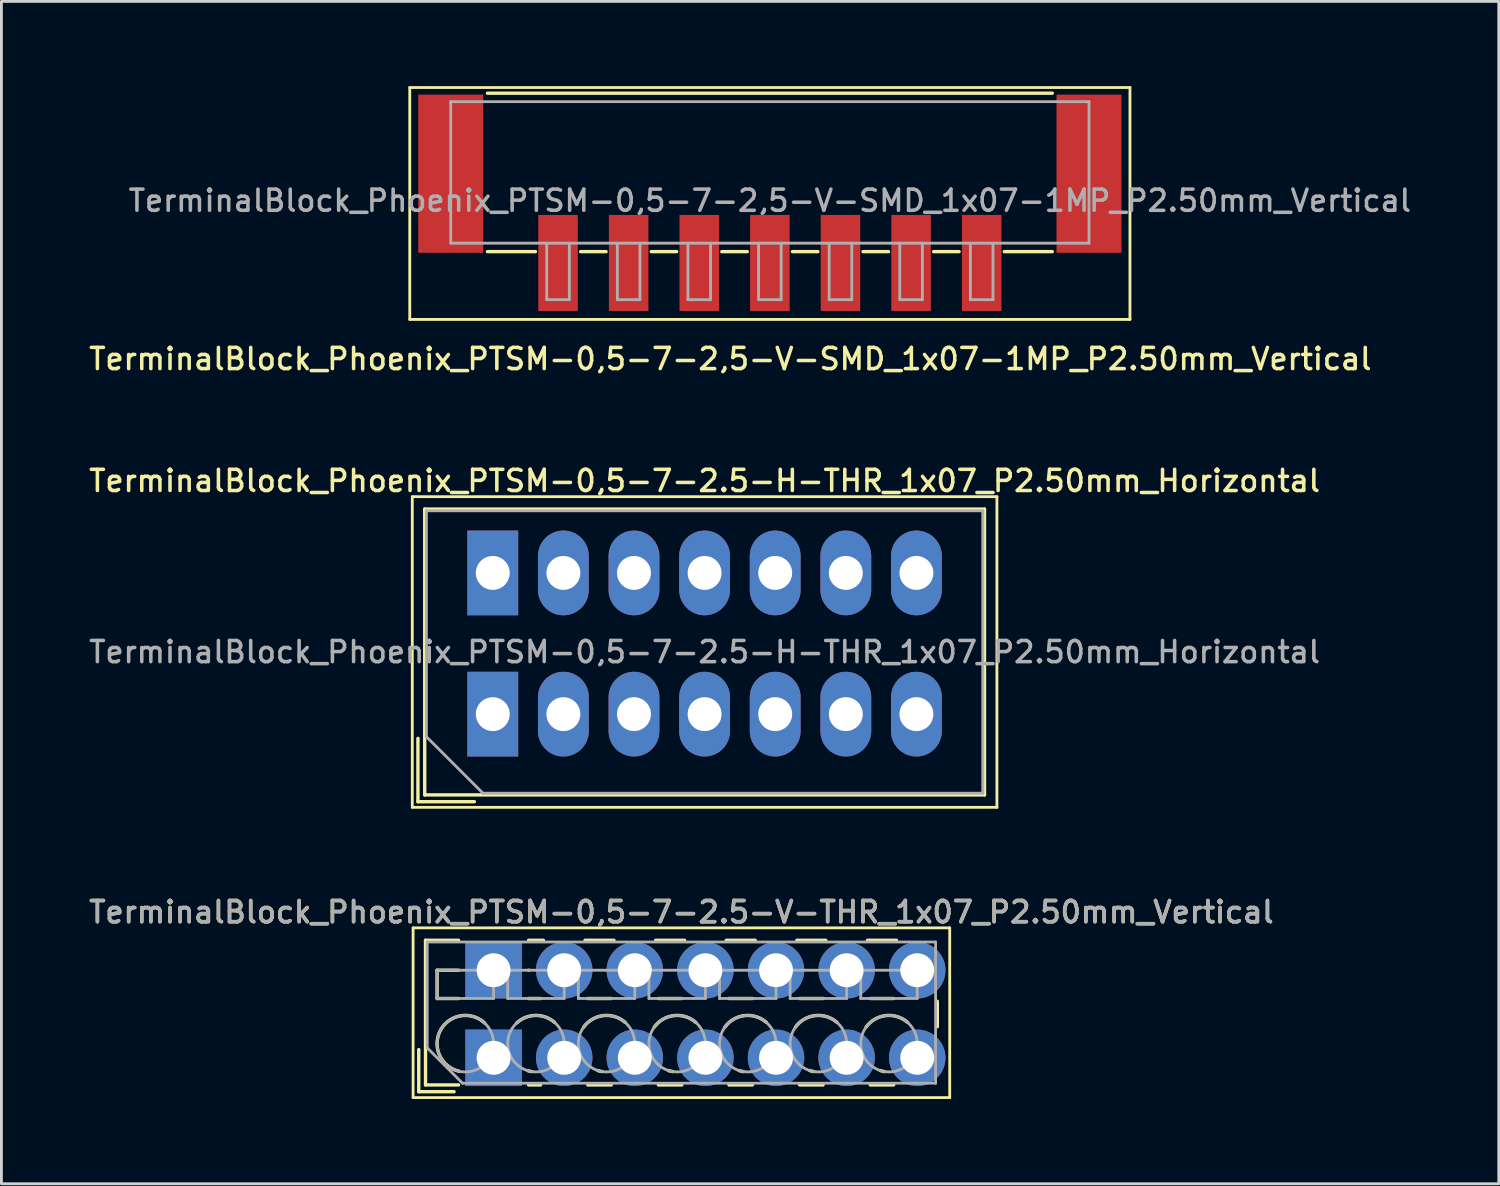
<source format=kicad_pcb>
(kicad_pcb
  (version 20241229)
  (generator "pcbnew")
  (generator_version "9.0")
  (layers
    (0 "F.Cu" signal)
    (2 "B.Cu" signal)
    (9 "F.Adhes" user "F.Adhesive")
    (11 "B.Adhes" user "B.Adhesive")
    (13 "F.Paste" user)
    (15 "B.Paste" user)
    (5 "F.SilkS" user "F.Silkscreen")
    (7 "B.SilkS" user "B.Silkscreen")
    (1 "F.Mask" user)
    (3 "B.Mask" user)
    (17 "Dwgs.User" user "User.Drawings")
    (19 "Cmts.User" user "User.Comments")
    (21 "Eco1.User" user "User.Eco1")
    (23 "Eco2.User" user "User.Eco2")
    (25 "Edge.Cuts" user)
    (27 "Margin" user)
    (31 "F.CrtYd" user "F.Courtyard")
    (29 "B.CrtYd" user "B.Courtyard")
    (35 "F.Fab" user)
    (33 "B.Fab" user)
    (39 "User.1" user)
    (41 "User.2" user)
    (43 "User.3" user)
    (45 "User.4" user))
  (footprint "TerminalBlock_Phoenix_PTSM-0,5-7-2.5-H-THR_1x07_P2.50mm_Horizontal"
    (layer "F.Cu")
    (at 14.398 22.236)
    (property "Reference" "TerminalBlock_Phoenix_PTSM-0,5-7-2.5-H-THR_1x07_P2.50mm_Horizontal" (at 7.5 -8.26 0) (layer "F.SilkS") (effects (font (size 0.75 0.75) (thickness 0.125))))
    (attr through_hole)
    (fp_line (start -2.85 -7.7) (end -2.85 3.3) (stroke (width 0.1) (type solid)) (layer "F.SilkS"))
    (fp_line (start -2.85 3.3) (end 17.85 3.3) (stroke (width 0.1) (type solid)) (layer "F.SilkS"))
    (fp_line (start -2.65 0.86) (end -2.65 3.1) (stroke (width 0.12) (type solid)) (layer "F.SilkS"))
    (fp_line (start -2.65 3.1) (end -0.65 3.1) (stroke (width 0.12) (type solid)) (layer "F.SilkS"))
    (fp_line (start -2.41 -7.26) (end -2.41 2.86) (stroke (width 0.12) (type solid)) (layer "F.SilkS"))
    (fp_line (start -2.41 -7.26) (end 17.41 -7.26) (stroke (width 0.12) (type solid)) (layer "F.SilkS"))
    (fp_line (start -2.41 2.86) (end 17.41 2.86) (stroke (width 0.12) (type solid)) (layer "F.SilkS"))
    (fp_line (start 17.41 -7.26) (end 17.41 2.86) (stroke (width 0.12) (type solid)) (layer "F.SilkS"))
    (fp_line (start 17.85 -7.7) (end -2.85 -7.7) (stroke (width 0.1) (type solid)) (layer "F.SilkS"))
    (fp_line (start 17.85 3.3) (end 17.85 -7.7) (stroke (width 0.1) (type solid)) (layer "F.SilkS"))
    (fp_line (start -2.35 -7.2) (end 17.35 -7.2) (stroke (width 0.1) (type solid)) (layer "F.Fab"))
    (fp_line (start -2.35 0.8) (end -2.35 -7.2) (stroke (width 0.1) (type solid)) (layer "F.Fab"))
    (fp_line (start -0.35 2.8) (end -2.35 0.8) (stroke (width 0.1) (type solid)) (layer "F.Fab"))
    (fp_line (start 17.35 -7.2) (end 17.35 2.8) (stroke (width 0.1) (type solid)) (layer "F.Fab"))
    (fp_line (start 17.35 2.8) (end -0.35 2.8) (stroke (width 0.1) (type solid)) (layer "F.Fab"))
    (fp_text user "${REFERENCE}" (at 7.5 -2.2 0) (layer "F.Fab") (effects (font (size 0.75 0.75) (thickness 0.125))))
    (pad "1" thru_hole rect (at 0 -5) (size 1.8 3) (drill 1.2) (layers "*.Cu" "*.Mask"))
    (pad "1" thru_hole rect (at 0 0) (size 1.8 3) (drill 1.2) (layers "*.Cu" "*.Mask"))
    (pad "2" thru_hole oval (at 2.5 -5) (size 1.8 3) (drill 1.2) (layers "*.Cu" "*.Mask"))
    (pad "2" thru_hole oval (at 2.5 0) (size 1.8 3) (drill 1.2) (layers "*.Cu" "*.Mask"))
    (pad "3" thru_hole oval (at 5 -5) (size 1.8 3) (drill 1.2) (layers "*.Cu" "*.Mask"))
    (pad "3" thru_hole oval (at 5 0) (size 1.8 3) (drill 1.2) (layers "*.Cu" "*.Mask"))
    (pad "4" thru_hole oval (at 7.5 -5) (size 1.8 3) (drill 1.2) (layers "*.Cu" "*.Mask"))
    (pad "4" thru_hole oval (at 7.5 0) (size 1.8 3) (drill 1.2) (layers "*.Cu" "*.Mask"))
    (pad "5" thru_hole oval (at 10 -5) (size 1.8 3) (drill 1.2) (layers "*.Cu" "*.Mask"))
    (pad "5" thru_hole oval (at 10 0) (size 1.8 3) (drill 1.2) (layers "*.Cu" "*.Mask"))
    (pad "6" thru_hole oval (at 12.5 -5) (size 1.8 3) (drill 1.2) (layers "*.Cu" "*.Mask"))
    (pad "6" thru_hole oval (at 12.5 0) (size 1.8 3) (drill 1.2) (layers "*.Cu" "*.Mask"))
    (pad "7" thru_hole oval (at 15 -5) (size 1.8 3) (drill 1.2) (layers "*.Cu" "*.Mask"))
    (pad "7" thru_hole oval (at 15 0) (size 1.8 3) (drill 1.2) (layers "*.Cu" "*.Mask")))
  (footprint "TerminalBlock_Phoenix_PTSM-0,5-7-2,5-V-SMD_1x07-1MP_P2.50mm_Vertical"
    (layer "F.Cu")
    (at 24.209 4.13)
    (property "Reference" "TerminalBlock_Phoenix_PTSM-0,5-7-2,5-V-SMD_1x07-1MP_P2.50mm_Vertical" (at -1.4 5.53 0) (layer "F.SilkS") (effects (font (size 0.75 0.75) (thickness 0.125))))
    (attr smd)
    (fp_line (start -12.75 -4.08) (end 12.75 -4.08) (stroke (width 0.1) (type solid)) (layer "F.SilkS"))
    (fp_line (start -12.75 4.13) (end -12.75 -4.08) (stroke (width 0.1) (type solid)) (layer "F.SilkS"))
    (fp_line (start -10 -3.88) (end 10 -3.88) (stroke (width 0.12) (type solid)) (layer "F.SilkS"))
    (fp_line (start -8.3 1.73) (end -10 1.73) (stroke (width 0.12) (type solid)) (layer "F.SilkS"))
    (fp_line (start -5.8 1.73) (end -6.7 1.73) (stroke (width 0.12) (type solid)) (layer "F.SilkS"))
    (fp_line (start -3.3 1.73) (end -4.2 1.73) (stroke (width 0.12) (type solid)) (layer "F.SilkS"))
    (fp_line (start -0.8 1.73) (end -1.7 1.73) (stroke (width 0.12) (type solid)) (layer "F.SilkS"))
    (fp_line (start 1.7 1.73) (end 0.8 1.73) (stroke (width 0.12) (type solid)) (layer "F.SilkS"))
    (fp_line (start 4.2 1.73) (end 3.3 1.73) (stroke (width 0.12) (type solid)) (layer "F.SilkS"))
    (fp_line (start 6.7 1.73) (end 5.8 1.73) (stroke (width 0.12) (type solid)) (layer "F.SilkS"))
    (fp_line (start 10 1.73) (end 8.3 1.73) (stroke (width 0.12) (type solid)) (layer "F.SilkS"))
    (fp_line (start 12.75 -4.08) (end 12.75 4.13) (stroke (width 0.1) (type solid)) (layer "F.SilkS"))
    (fp_line (start 12.75 4.13) (end -12.75 4.13) (stroke (width 0.1) (type solid)) (layer "F.SilkS"))
    (fp_line (start -11.3 -3.58) (end 11.3 -3.58) (stroke (width 0.1) (type solid)) (layer "F.Fab"))
    (fp_line (start -11.3 1.43) (end -11.3 -3.58) (stroke (width 0.1) (type solid)) (layer "F.Fab"))
    (fp_line (start -7.9 1.43) (end -7.9 3.43) (stroke (width 0.1) (type solid)) (layer "F.Fab"))
    (fp_line (start -7.9 3.43) (end -7.1 3.43) (stroke (width 0.1) (type solid)) (layer "F.Fab"))
    (fp_line (start -7.1 1.43) (end -7.1 3.43) (stroke (width 0.1) (type solid)) (layer "F.Fab"))
    (fp_line (start -5.4 1.43) (end -5.4 3.43) (stroke (width 0.1) (type solid)) (layer "F.Fab"))
    (fp_line (start -5.4 3.43) (end -4.6 3.43) (stroke (width 0.1) (type solid)) (layer "F.Fab"))
    (fp_line (start -4.6 1.43) (end -4.6 3.43) (stroke (width 0.1) (type solid)) (layer "F.Fab"))
    (fp_line (start -2.9 1.43) (end -2.9 3.43) (stroke (width 0.1) (type solid)) (layer "F.Fab"))
    (fp_line (start -2.9 3.43) (end -2.1 3.43) (stroke (width 0.1) (type solid)) (layer "F.Fab"))
    (fp_line (start -2.1 1.43) (end -2.1 3.43) (stroke (width 0.1) (type solid)) (layer "F.Fab"))
    (fp_line (start -0.4 1.43) (end -0.4 3.43) (stroke (width 0.1) (type solid)) (layer "F.Fab"))
    (fp_line (start -0.4 3.43) (end 0.4 3.43) (stroke (width 0.1) (type solid)) (layer "F.Fab"))
    (fp_line (start 0.4 1.43) (end 0.4 3.43) (stroke (width 0.1) (type solid)) (layer "F.Fab"))
    (fp_line (start 2.1 1.43) (end 2.1 3.43) (stroke (width 0.1) (type solid)) (layer "F.Fab"))
    (fp_line (start 2.1 3.43) (end 2.9 3.43) (stroke (width 0.1) (type solid)) (layer "F.Fab"))
    (fp_line (start 2.9 1.43) (end 2.9 3.43) (stroke (width 0.1) (type solid)) (layer "F.Fab"))
    (fp_line (start 4.6 1.43) (end 4.6 3.43) (stroke (width 0.1) (type solid)) (layer "F.Fab"))
    (fp_line (start 4.6 3.43) (end 5.4 3.43) (stroke (width 0.1) (type solid)) (layer "F.Fab"))
    (fp_line (start 5.4 1.43) (end 5.4 3.43) (stroke (width 0.1) (type solid)) (layer "F.Fab"))
    (fp_line (start 7.1 1.43) (end 7.1 3.43) (stroke (width 0.1) (type solid)) (layer "F.Fab"))
    (fp_line (start 7.1 3.43) (end 7.9 3.43) (stroke (width 0.1) (type solid)) (layer "F.Fab"))
    (fp_line (start 7.9 1.43) (end 7.9 3.43) (stroke (width 0.1) (type solid)) (layer "F.Fab"))
    (fp_line (start 11.3 1.43) (end -11.3 1.43) (stroke (width 0.1) (type solid)) (layer "F.Fab"))
    (fp_line (start 11.3 1.43) (end 11.3 -3.58) (stroke (width 0.1) (type solid)) (layer "F.Fab"))
    (fp_text user "${REFERENCE}" (at 0 -0.075 0) (layer "F.Fab") (effects (font (size 0.75 0.75) (thickness 0.125))))
    (pad "1" smd rect (at -7.5 2.13 180) (size 1.4 3.4) (layers "F.Cu" "F.Mask" "F.Paste"))
    (pad "2" smd rect (at -5 2.13 180) (size 1.4 3.4) (layers "F.Cu" "F.Mask" "F.Paste"))
    (pad "3" smd rect (at -2.5 2.13 180) (size 1.4 3.4) (layers "F.Cu" "F.Mask" "F.Paste"))
    (pad "4" smd rect (at 0 2.13 180) (size 1.4 3.4) (layers "F.Cu" "F.Mask" "F.Paste"))
    (pad "5" smd rect (at 2.5 2.13 180) (size 1.4 3.4) (layers "F.Cu" "F.Mask" "F.Paste"))
    (pad "6" smd rect (at 5 2.13 180) (size 1.4 3.4) (layers "F.Cu" "F.Mask" "F.Paste"))
    (pad "7" smd rect (at 7.5 2.13 180) (size 1.4 3.4) (layers "F.Cu" "F.Mask" "F.Paste"))
    (pad "MP" smd rect (at -11.3 -1.03 180) (size 2.3 5.6) (layers "F.Cu" "F.Mask" "F.Paste"))
    (pad "MP" smd rect (at 11.3 -1.03 180) (size 2.3 5.6) (layers "F.Cu" "F.Mask" "F.Paste")))
  (footprint "TerminalBlock_Phoenix_PTSM-0,5-7-2.5-V-THR_1x07_P2.50mm_Vertical"
    (layer "F.Cu")
    (at 14.427 34.404)
    (property "Reference" "TerminalBlock_Phoenix_PTSM-0,5-7-2.5-V-THR_1x07_P2.50mm_Vertical" (at 6.65 -5.16 0) (layer "F.SilkS") (effects (font (size 0.75 0.75) (thickness 0.125))))
    (attr through_hole)
    (fp_line (start -2.85 -4.6) (end -2.85 1.41) (stroke (width 0.1) (type solid)) (layer "F.SilkS"))
    (fp_line (start -2.85 1.41) (end 16.15 1.41) (stroke (width 0.1) (type solid)) (layer "F.SilkS"))
    (fp_line (start -2.65 -0.29) (end -2.65 1.2) (stroke (width 0.12) (type solid)) (layer "F.SilkS"))
    (fp_line (start -2.65 1.2) (end -1.4 1.2) (stroke (width 0.12) (type solid)) (layer "F.SilkS"))
    (fp_line (start -2.41 -4.16) (end -2.41 0.961) (stroke (width 0.12) (type solid)) (layer "F.SilkS"))
    (fp_line (start -2.41 -4.16) (end -1.24 -4.16) (stroke (width 0.12) (type solid)) (layer "F.SilkS"))
    (fp_line (start -2.41 0.961) (end -1.24 0.961) (stroke (width 0.12) (type solid)) (layer "F.SilkS"))
    (fp_line (start -2 -3.1) (end -2 -2.1) (stroke (width 0.12) (type solid)) (layer "F.SilkS"))
    (fp_line (start -2 -3.1) (end -1.24 -3.1) (stroke (width 0.12) (type solid)) (layer "F.SilkS"))
    (fp_line (start -2 -2.1) (end -1.24 -2.1) (stroke (width 0.12) (type solid)) (layer "F.SilkS"))
    (fp_line (start 1.24 -4.16) (end 1.763 -4.16) (stroke (width 0.12) (type solid)) (layer "F.SilkS"))
    (fp_line (start 1.24 -3.1) (end 1.245 -3.1) (stroke (width 0.12) (type solid)) (layer "F.SilkS"))
    (fp_line (start 1.24 -2.1) (end 1.665 -2.1) (stroke (width 0.12) (type solid)) (layer "F.SilkS"))
    (fp_line (start 1.24 0.961) (end 1.665 0.961) (stroke (width 0.12) (type solid)) (layer "F.SilkS"))
    (fp_line (start 3.238 -4.16) (end 4.263 -4.16) (stroke (width 0.12) (type solid)) (layer "F.SilkS"))
    (fp_line (start 3.336 -2.1) (end 4.165 -2.1) (stroke (width 0.12) (type solid)) (layer "F.SilkS"))
    (fp_line (start 3.336 0.961) (end 4.165 0.961) (stroke (width 0.12) (type solid)) (layer "F.SilkS"))
    (fp_line (start 5.738 -4.16) (end 6.763 -4.16) (stroke (width 0.12) (type solid)) (layer "F.SilkS"))
    (fp_line (start 5.836 -2.1) (end 6.665 -2.1) (stroke (width 0.12) (type solid)) (layer "F.SilkS"))
    (fp_line (start 5.836 0.961) (end 6.665 0.961) (stroke (width 0.12) (type solid)) (layer "F.SilkS"))
    (fp_line (start 8.238 -4.16) (end 9.263 -4.16) (stroke (width 0.12) (type solid)) (layer "F.SilkS"))
    (fp_line (start 8.336 -2.1) (end 9.165 -2.1) (stroke (width 0.12) (type solid)) (layer "F.SilkS"))
    (fp_line (start 8.336 0.961) (end 9.165 0.961) (stroke (width 0.12) (type solid)) (layer "F.SilkS"))
    (fp_line (start 10.738 -4.16) (end 11.763 -4.16) (stroke (width 0.12) (type solid)) (layer "F.SilkS"))
    (fp_line (start 10.836 -2.1) (end 11.665 -2.1) (stroke (width 0.12) (type solid)) (layer "F.SilkS"))
    (fp_line (start 10.836 0.961) (end 11.665 0.961) (stroke (width 0.12) (type solid)) (layer "F.SilkS"))
    (fp_line (start 13.238 -4.16) (end 14.263 -4.16) (stroke (width 0.12) (type solid)) (layer "F.SilkS"))
    (fp_line (start 13.336 -2.1) (end 14.165 -2.1) (stroke (width 0.12) (type solid)) (layer "F.SilkS"))
    (fp_line (start 13.336 0.961) (end 14.165 0.961) (stroke (width 0.12) (type solid)) (layer "F.SilkS"))
    (fp_line (start 15.71 -2) (end 15.71 -1.1) (stroke (width 0.12) (type solid)) (layer "F.SilkS"))
    (fp_line (start 16.15 -4.6) (end -2.85 -4.6) (stroke (width 0.1) (type solid)) (layer "F.SilkS"))
    (fp_line (start 16.15 1.41) (end 16.15 -4.6) (stroke (width 0.1) (type solid)) (layer "F.SilkS"))
    (fp_arc (start -1.224629 0.474931) (mid -1.883573 -0.969306) (end -0.318 -1.232) (stroke (width 0.12) (type solid)) (layer "F.SilkS"))
    (fp_arc (start 0.817811 -1.23232) (mid 1.483053 -1.500693) (end 2.157 -1.255) (stroke (width 0.12) (type solid)) (layer "F.SilkS"))
    (fp_arc (start 1.344288 0.488343) (mid 1.284242 0.476994) (end 1.225 0.462) (stroke (width 0.12) (type solid)) (layer "F.SilkS"))
    (fp_arc (start 3.190612 -1.088697) (mid 3.887218 -1.494461) (end 4.657 -1.255) (stroke (width 0.12) (type solid)) (layer "F.SilkS"))
    (fp_arc (start 3.84373 0.488618) (mid 3.766646 0.47331) (end 3.691 0.452) (stroke (width 0.12) (type solid)) (layer "F.SilkS"))
    (fp_arc (start 5.690612 -1.088697) (mid 6.387218 -1.494461) (end 7.157 -1.255) (stroke (width 0.12) (type solid)) (layer "F.SilkS"))
    (fp_arc (start 6.34373 0.488618) (mid 6.266646 0.47331) (end 6.191 0.452) (stroke (width 0.12) (type solid)) (layer "F.SilkS"))
    (fp_arc (start 8.190612 -1.088697) (mid 8.887218 -1.494461) (end 9.657 -1.255) (stroke (width 0.12) (type solid)) (layer "F.SilkS"))
    (fp_arc (start 8.84373 0.488618) (mid 8.766646 0.47331) (end 8.691 0.452) (stroke (width 0.12) (type solid)) (layer "F.SilkS"))
    (fp_arc (start 10.690612 -1.088697) (mid 11.387218 -1.494461) (end 12.157 -1.255) (stroke (width 0.12) (type solid)) (layer "F.SilkS"))
    (fp_arc (start 11.34373 0.488618) (mid 11.266646 0.47331) (end 11.191 0.452) (stroke (width 0.12) (type solid)) (layer "F.SilkS"))
    (fp_arc (start 13.190612 -1.088697) (mid 13.887218 -1.494461) (end 14.657 -1.255) (stroke (width 0.12) (type solid)) (layer "F.SilkS"))
    (fp_arc (start 13.84373 0.488618) (mid 13.766646 0.47331) (end 13.691 0.452) (stroke (width 0.12) (type solid)) (layer "F.SilkS"))
    (fp_line (start -2.35 -4.1) (end 15.65 -4.1) (stroke (width 0.1) (type solid)) (layer "F.Fab"))
    (fp_line (start -2.35 -0.35) (end -2.35 -4.1) (stroke (width 0.1) (type solid)) (layer "F.Fab"))
    (fp_line (start -2 -3.1) (end -2 -2.1) (stroke (width 0.1) (type solid)) (layer "F.Fab"))
    (fp_line (start -2 -2.1) (end 0 -2.1) (stroke (width 0.1) (type solid)) (layer "F.Fab"))
    (fp_line (start -1.1 0.9) (end -2.35 -0.35) (stroke (width 0.1) (type solid)) (layer "F.Fab"))
    (fp_line (start 0 -3.1) (end -2 -3.1) (stroke (width 0.1) (type solid)) (layer "F.Fab"))
    (fp_line (start 0 -2.1) (end 0 -3.1) (stroke (width 0.1) (type solid)) (layer "F.Fab"))
    (fp_line (start 0.5 -3.1) (end 0.5 -2.1) (stroke (width 0.1) (type solid)) (layer "F.Fab"))
    (fp_line (start 0.5 -2.1) (end 2.5 -2.1) (stroke (width 0.1) (type solid)) (layer "F.Fab"))
    (fp_line (start 2.5 -3.1) (end 0.5 -3.1) (stroke (width 0.1) (type solid)) (layer "F.Fab"))
    (fp_line (start 2.5 -2.1) (end 2.5 -3.1) (stroke (width 0.1) (type solid)) (layer "F.Fab"))
    (fp_line (start 3 -3.1) (end 3 -2.1) (stroke (width 0.1) (type solid)) (layer "F.Fab"))
    (fp_line (start 3 -2.1) (end 5 -2.1) (stroke (width 0.1) (type solid)) (layer "F.Fab"))
    (fp_line (start 5 -3.1) (end 3 -3.1) (stroke (width 0.1) (type solid)) (layer "F.Fab"))
    (fp_line (start 5 -2.1) (end 5 -3.1) (stroke (width 0.1) (type solid)) (layer "F.Fab"))
    (fp_line (start 5.5 -3.1) (end 5.5 -2.1) (stroke (width 0.1) (type solid)) (layer "F.Fab"))
    (fp_line (start 5.5 -2.1) (end 7.5 -2.1) (stroke (width 0.1) (type solid)) (layer "F.Fab"))
    (fp_line (start 7.5 -3.1) (end 5.5 -3.1) (stroke (width 0.1) (type solid)) (layer "F.Fab"))
    (fp_line (start 7.5 -2.1) (end 7.5 -3.1) (stroke (width 0.1) (type solid)) (layer "F.Fab"))
    (fp_line (start 8 -3.1) (end 8 -2.1) (stroke (width 0.1) (type solid)) (layer "F.Fab"))
    (fp_line (start 8 -2.1) (end 10 -2.1) (stroke (width 0.1) (type solid)) (layer "F.Fab"))
    (fp_line (start 10 -3.1) (end 8 -3.1) (stroke (width 0.1) (type solid)) (layer "F.Fab"))
    (fp_line (start 10 -2.1) (end 10 -3.1) (stroke (width 0.1) (type solid)) (layer "F.Fab"))
    (fp_line (start 10.5 -3.1) (end 10.5 -2.1) (stroke (width 0.1) (type solid)) (layer "F.Fab"))
    (fp_line (start 10.5 -2.1) (end 12.5 -2.1) (stroke (width 0.1) (type solid)) (layer "F.Fab"))
    (fp_line (start 12.5 -3.1) (end 10.5 -3.1) (stroke (width 0.1) (type solid)) (layer "F.Fab"))
    (fp_line (start 12.5 -2.1) (end 12.5 -3.1) (stroke (width 0.1) (type solid)) (layer "F.Fab"))
    (fp_line (start 13 -3.1) (end 13 -2.1) (stroke (width 0.1) (type solid)) (layer "F.Fab"))
    (fp_line (start 13 -2.1) (end 15 -2.1) (stroke (width 0.1) (type solid)) (layer "F.Fab"))
    (fp_line (start 15 -3.1) (end 13 -3.1) (stroke (width 0.1) (type solid)) (layer "F.Fab"))
    (fp_line (start 15 -2.1) (end 15 -3.1) (stroke (width 0.1) (type solid)) (layer "F.Fab"))
    (fp_line (start 15.65 -4.1) (end 15.65 0.9) (stroke (width 0.1) (type solid)) (layer "F.Fab"))
    (fp_line (start 15.65 0.9) (end -1.1 0.9) (stroke (width 0.1) (type solid)) (layer "F.Fab"))
    (fp_circle (center -1 -0.5) (end 0 -0.5) (stroke (width 0.1) (type solid)) (fill no) (layer "F.Fab"))
    (fp_circle (center 1.5 -0.5) (end 2.5 -0.5) (stroke (width 0.1) (type solid)) (fill no) (layer "F.Fab"))
    (fp_circle (center 4 -0.5) (end 5 -0.5) (stroke (width 0.1) (type solid)) (fill no) (layer "F.Fab"))
    (fp_circle (center 6.5 -0.5) (end 7.5 -0.5) (stroke (width 0.1) (type solid)) (fill no) (layer "F.Fab"))
    (fp_circle (center 9 -0.5) (end 10 -0.5) (stroke (width 0.1) (type solid)) (fill no) (layer "F.Fab"))
    (fp_circle (center 11.5 -0.5) (end 12.5 -0.5) (stroke (width 0.1) (type solid)) (fill no) (layer "F.Fab"))
    (fp_circle (center 14 -0.5) (end 15 -0.5) (stroke (width 0.1) (type solid)) (fill no) (layer "F.Fab"))
    (fp_text user "${REFERENCE}" (at 6.65 -5.16 0) (layer "F.Fab") (effects (font (size 0.75 0.75) (thickness 0.125))))
    (pad "1" thru_hole rect (at 0 -3.1) (size 2 2) (drill 1.2) (layers "*.Cu" "*.Mask"))
    (pad "1" thru_hole rect (at 0 0) (size 2 2) (drill 1.2) (layers "*.Cu" "*.Mask"))
    (pad "2" thru_hole circle (at 2.5 -3.1) (size 2 2) (drill 1.2) (layers "*.Cu" "*.Mask"))
    (pad "2" thru_hole circle (at 2.5 0) (size 2 2) (drill 1.2) (layers "*.Cu" "*.Mask"))
    (pad "3" thru_hole circle (at 5 -3.1) (size 2 2) (drill 1.2) (layers "*.Cu" "*.Mask"))
    (pad "3" thru_hole circle (at 5 0) (size 2 2) (drill 1.2) (layers "*.Cu" "*.Mask"))
    (pad "4" thru_hole circle (at 7.5 -3.1) (size 2 2) (drill 1.2) (layers "*.Cu" "*.Mask"))
    (pad "4" thru_hole circle (at 7.5 0) (size 2 2) (drill 1.2) (layers "*.Cu" "*.Mask"))
    (pad "5" thru_hole circle (at 10 -3.1) (size 2 2) (drill 1.2) (layers "*.Cu" "*.Mask"))
    (pad "5" thru_hole circle (at 10 0) (size 2 2) (drill 1.2) (layers "*.Cu" "*.Mask"))
    (pad "6" thru_hole circle (at 12.5 -3.1) (size 2 2) (drill 1.2) (layers "*.Cu" "*.Mask"))
    (pad "6" thru_hole circle (at 12.5 0) (size 2 2) (drill 1.2) (layers "*.Cu" "*.Mask"))
    (pad "7" thru_hole circle (at 15 -3.1) (size 2 2) (drill 1.2) (layers "*.Cu" "*.Mask"))
    (pad "7" thru_hole circle (at 15 0) (size 2 2) (drill 1.2) (layers "*.Cu" "*.Mask")))
  (gr_rect
    (start -3 -3)
    (end 50.018 38.864)
    (stroke (width 0.1) (type default))
    (fill no)
    (layer "Edge.Cuts")))
</source>
